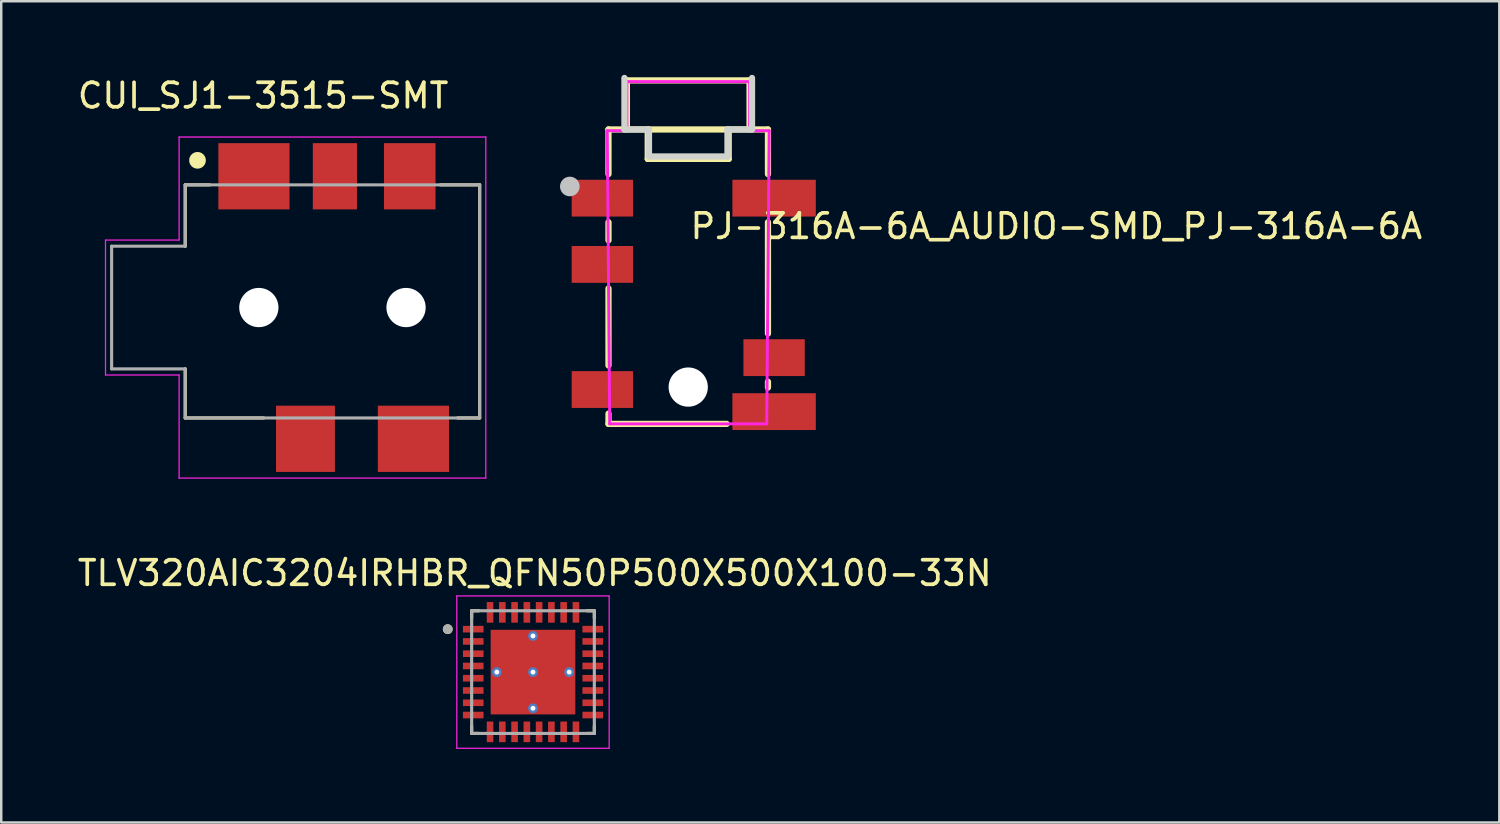
<source format=kicad_pcb>
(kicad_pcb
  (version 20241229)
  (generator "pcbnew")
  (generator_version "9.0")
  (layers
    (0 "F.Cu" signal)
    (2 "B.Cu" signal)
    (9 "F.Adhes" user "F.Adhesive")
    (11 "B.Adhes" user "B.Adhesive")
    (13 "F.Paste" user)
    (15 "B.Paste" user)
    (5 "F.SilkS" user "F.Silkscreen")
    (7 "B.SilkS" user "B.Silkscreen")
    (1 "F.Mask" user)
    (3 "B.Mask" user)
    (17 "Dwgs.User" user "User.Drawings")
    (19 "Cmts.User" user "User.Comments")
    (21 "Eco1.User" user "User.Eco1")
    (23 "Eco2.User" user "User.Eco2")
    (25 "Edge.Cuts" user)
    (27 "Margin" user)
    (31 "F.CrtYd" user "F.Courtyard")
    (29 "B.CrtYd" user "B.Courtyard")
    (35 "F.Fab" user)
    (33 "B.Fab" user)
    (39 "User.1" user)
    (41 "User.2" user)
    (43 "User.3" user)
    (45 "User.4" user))
  (footprint "TLV320AIC3204IRHBR_QFN50P500X500X100-33N"
    (layer "F.Cu")
    (at 18.674 24.344)
    (property "Reference" "TLV320AIC3204IRHBR_QFN50P500X500X100-33N" (at 0.07 -4.035 0) (layer "F.SilkS") (effects (font (size 1 1) (thickness 0.15))))
    (attr smd)
    (fp_line (start -2.5 -2.5) (end -2.5 -2.205) (stroke (width 0.127) (type solid)) (layer "F.SilkS"))
    (fp_line (start -2.5 -2.5) (end -2.205 -2.5) (stroke (width 0.127) (type solid)) (layer "F.SilkS"))
    (fp_line (start -2.5 2.5) (end -2.5 2.205) (stroke (width 0.127) (type solid)) (layer "F.SilkS"))
    (fp_line (start -2.5 2.5) (end -2.205 2.5) (stroke (width 0.127) (type solid)) (layer "F.SilkS"))
    (fp_line (start 2.5 -2.5) (end 2.205 -2.5) (stroke (width 0.127) (type solid)) (layer "F.SilkS"))
    (fp_line (start 2.5 -2.5) (end 2.5 -2.205) (stroke (width 0.127) (type solid)) (layer "F.SilkS"))
    (fp_line (start 2.5 2.5) (end 2.205 2.5) (stroke (width 0.127) (type solid)) (layer "F.SilkS"))
    (fp_line (start 2.5 2.5) (end 2.5 2.205) (stroke (width 0.127) (type solid)) (layer "F.SilkS"))
    (fp_circle (center -3.475 -1.75) (end -3.375 -1.75) (stroke (width 0.2) (type solid)) (fill no) (layer "F.SilkS"))
    (fp_poly (pts (xy -1.09 -1.09) (xy 1.09 -1.09) (xy 1.09 1.09) (xy -1.09 1.09)) (stroke (width 0.01) (type solid)) (fill yes) (layer "F.Paste"))
    (fp_line (start -3.105 -3.105) (end 3.105 -3.105) (stroke (width 0.05) (type solid)) (layer "F.CrtYd"))
    (fp_line (start -3.105 3.105) (end -3.105 -3.105) (stroke (width 0.05) (type solid)) (layer "F.CrtYd"))
    (fp_line (start -3.105 3.105) (end 3.105 3.105) (stroke (width 0.05) (type solid)) (layer "F.CrtYd"))
    (fp_line (start 3.105 3.105) (end 3.105 -3.105) (stroke (width 0.05) (type solid)) (layer "F.CrtYd"))
    (fp_line (start -2.5 2.5) (end -2.5 -2.5) (stroke (width 0.127) (type solid)) (layer "F.Fab"))
    (fp_line (start 2.5 -2.5) (end -2.5 -2.5) (stroke (width 0.127) (type solid)) (layer "F.Fab"))
    (fp_line (start 2.5 2.5) (end -2.5 2.5) (stroke (width 0.127) (type solid)) (layer "F.Fab"))
    (fp_line (start 2.5 2.5) (end 2.5 -2.5) (stroke (width 0.127) (type solid)) (layer "F.Fab"))
    (fp_circle (center -3.475 -1.75) (end -3.375 -1.75) (stroke (width 0.2) (type solid)) (fill no) (layer "F.Fab"))
    (pad "1" smd roundrect (at -2.435 -1.75) (size 0.84 0.27) (layers "F.Cu" "F.Mask" "F.Paste") (roundrect_rratio 0.03))
    (pad "2" smd roundrect (at -2.435 -1.25) (size 0.84 0.27) (layers "F.Cu" "F.Mask" "F.Paste") (roundrect_rratio 0.03))
    (pad "3" smd roundrect (at -2.435 -0.75) (size 0.84 0.27) (layers "F.Cu" "F.Mask" "F.Paste") (roundrect_rratio 0.03))
    (pad "4" smd roundrect (at -2.435 -0.25) (size 0.84 0.27) (layers "F.Cu" "F.Mask" "F.Paste") (roundrect_rratio 0.03))
    (pad "5" smd roundrect (at -2.435 0.25) (size 0.84 0.27) (layers "F.Cu" "F.Mask" "F.Paste") (roundrect_rratio 0.03))
    (pad "6" smd roundrect (at -2.435 0.75) (size 0.84 0.27) (layers "F.Cu" "F.Mask" "F.Paste") (roundrect_rratio 0.03))
    (pad "7" smd roundrect (at -2.435 1.25) (size 0.84 0.27) (layers "F.Cu" "F.Mask" "F.Paste") (roundrect_rratio 0.03))
    (pad "8" smd roundrect (at -2.435 1.75) (size 0.84 0.27) (layers "F.Cu" "F.Mask" "F.Paste") (roundrect_rratio 0.03))
    (pad "9" smd roundrect (at -1.75 2.435 90) (size 0.84 0.27) (layers "F.Cu" "F.Mask" "F.Paste") (roundrect_rratio 0.03))
    (pad "10" smd roundrect (at -1.25 2.435 90) (size 0.84 0.27) (layers "F.Cu" "F.Mask" "F.Paste") (roundrect_rratio 0.03))
    (pad "11" smd roundrect (at -0.75 2.435 90) (size 0.84 0.27) (layers "F.Cu" "F.Mask" "F.Paste") (roundrect_rratio 0.03))
    (pad "12" smd roundrect (at -0.25 2.435 90) (size 0.84 0.27) (layers "F.Cu" "F.Mask" "F.Paste") (roundrect_rratio 0.03))
    (pad "13" smd roundrect (at 0.25 2.435 90) (size 0.84 0.27) (layers "F.Cu" "F.Mask" "F.Paste") (roundrect_rratio 0.03))
    (pad "14" smd roundrect (at 0.75 2.435 90) (size 0.84 0.27) (layers "F.Cu" "F.Mask" "F.Paste") (roundrect_rratio 0.03))
    (pad "15" smd roundrect (at 1.25 2.435 90) (size 0.84 0.27) (layers "F.Cu" "F.Mask" "F.Paste") (roundrect_rratio 0.03))
    (pad "16" smd roundrect (at 1.75 2.435 90) (size 0.84 0.27) (layers "F.Cu" "F.Mask" "F.Paste") (roundrect_rratio 0.03))
    (pad "17" smd roundrect (at 2.435 1.75) (size 0.84 0.27) (layers "F.Cu" "F.Mask" "F.Paste") (roundrect_rratio 0.03))
    (pad "18" smd roundrect (at 2.435 1.25) (size 0.84 0.27) (layers "F.Cu" "F.Mask" "F.Paste") (roundrect_rratio 0.03))
    (pad "19" smd roundrect (at 2.435 0.75) (size 0.84 0.27) (layers "F.Cu" "F.Mask" "F.Paste") (roundrect_rratio 0.03))
    (pad "20" smd roundrect (at 2.435 0.25) (size 0.84 0.27) (layers "F.Cu" "F.Mask" "F.Paste") (roundrect_rratio 0.03))
    (pad "21" smd roundrect (at 2.435 -0.25) (size 0.84 0.27) (layers "F.Cu" "F.Mask" "F.Paste") (roundrect_rratio 0.03))
    (pad "22" smd roundrect (at 2.435 -0.75) (size 0.84 0.27) (layers "F.Cu" "F.Mask" "F.Paste") (roundrect_rratio 0.03))
    (pad "23" smd roundrect (at 2.435 -1.25) (size 0.84 0.27) (layers "F.Cu" "F.Mask" "F.Paste") (roundrect_rratio 0.03))
    (pad "24" smd roundrect (at 2.435 -1.75) (size 0.84 0.27) (layers "F.Cu" "F.Mask" "F.Paste") (roundrect_rratio 0.03))
    (pad "25" smd roundrect (at 1.75 -2.435 90) (size 0.84 0.27) (layers "F.Cu" "F.Mask" "F.Paste") (roundrect_rratio 0.03))
    (pad "26" smd roundrect (at 1.25 -2.435 90) (size 0.84 0.27) (layers "F.Cu" "F.Mask" "F.Paste") (roundrect_rratio 0.03))
    (pad "27" smd roundrect (at 0.75 -2.435 90) (size 0.84 0.27) (layers "F.Cu" "F.Mask" "F.Paste") (roundrect_rratio 0.03))
    (pad "28" smd roundrect (at 0.25 -2.435 90) (size 0.84 0.27) (layers "F.Cu" "F.Mask" "F.Paste") (roundrect_rratio 0.03))
    (pad "29" smd roundrect (at -0.25 -2.435 90) (size 0.84 0.27) (layers "F.Cu" "F.Mask" "F.Paste") (roundrect_rratio 0.03))
    (pad "30" smd roundrect (at -0.75 -2.435 90) (size 0.84 0.27) (layers "F.Cu" "F.Mask" "F.Paste") (roundrect_rratio 0.03))
    (pad "31" smd roundrect (at -1.25 -2.435 90) (size 0.84 0.27) (layers "F.Cu" "F.Mask" "F.Paste") (roundrect_rratio 0.03))
    (pad "32" smd roundrect (at -1.75 -2.435 90) (size 0.84 0.27) (layers "F.Cu" "F.Mask" "F.Paste") (roundrect_rratio 0.03))
    (pad "33" smd rect (at 0 0) (size 3.45 3.45) (layers "F.Cu" "F.Mask"))
    (pad "34" thru_hole circle (at 0 0) (size 0.4 0.4) (drill 0.2) (layers "*.Cu"))
    (pad "35" thru_hole circle (at -1.475 0) (size 0.4 0.4) (drill 0.2) (layers "*.Cu"))
    (pad "36" thru_hole circle (at 0 -1.475) (size 0.4 0.4) (drill 0.2) (layers "*.Cu"))
    (pad "37" thru_hole circle (at 1.475 0) (size 0.4 0.4) (drill 0.2) (layers "*.Cu"))
    (pad "38" thru_hole circle (at 0 1.475) (size 0.4 0.4) (drill 0.2) (layers "*.Cu")))
  (footprint "CUI_SJ1-3515-SMT"
    (layer "F.Cu")
    (at 9 9.485)
    (property "Reference" "CUI_SJ1-3515-SMT" (at -1.325 -8.637 0) (layer "F.SilkS") (effects (font (size 1 1) (thickness 0.15))))
    (attr smd)
    (fp_line (start -4.5 -5) (end -4.5 -2.5) (stroke (width 0.127) (type solid)) (layer "F.SilkS"))
    (fp_line (start -4.5 4.5) (end -4.5 2.5) (stroke (width 0.127) (type solid)) (layer "F.SilkS"))
    (fp_line (start -3.5 -5) (end -4.5 -5) (stroke (width 0.127) (type solid)) (layer "F.SilkS"))
    (fp_line (start -1.3 4.5) (end -4.5 4.5) (stroke (width 0.127) (type solid)) (layer "F.SilkS"))
    (fp_line (start 5.9 -5) (end 7.5 -5) (stroke (width 0.127) (type solid)) (layer "F.SilkS"))
    (fp_line (start 7.5 -5) (end 7.5 4.5) (stroke (width 0.127) (type solid)) (layer "F.SilkS"))
    (fp_line (start 7.5 4.5) (end 6.6 4.5) (stroke (width 0.127) (type solid)) (layer "F.SilkS"))
    (fp_circle (center -4 -6) (end -3.83 -6) (stroke (width 0.34) (type solid)) (fill no) (layer "F.SilkS"))
    (fp_line (start -7.75 -2.75) (end -7.75 2.75) (stroke (width 0.05) (type solid)) (layer "F.CrtYd"))
    (fp_line (start -7.75 2.75) (end -4.75 2.75) (stroke (width 0.05) (type solid)) (layer "F.CrtYd"))
    (fp_line (start -4.75 -6.95) (end -4.75 -2.75) (stroke (width 0.05) (type solid)) (layer "F.CrtYd"))
    (fp_line (start -4.75 -2.75) (end -7.75 -2.75) (stroke (width 0.05) (type solid)) (layer "F.CrtYd"))
    (fp_line (start -4.75 2.75) (end -4.75 6.95) (stroke (width 0.05) (type solid)) (layer "F.CrtYd"))
    (fp_line (start -4.75 6.95) (end 7.75 6.95) (stroke (width 0.05) (type solid)) (layer "F.CrtYd"))
    (fp_line (start 7.75 -6.95) (end -4.75 -6.95) (stroke (width 0.05) (type solid)) (layer "F.CrtYd"))
    (fp_line (start 7.75 6.95) (end 7.75 -6.95) (stroke (width 0.05) (type solid)) (layer "F.CrtYd"))
    (fp_line (start -7.5 -2.5) (end -7.5 2.5) (stroke (width 0.127) (type solid)) (layer "F.Fab"))
    (fp_line (start -7.5 2.5) (end -4.5 2.5) (stroke (width 0.127) (type solid)) (layer "F.Fab"))
    (fp_line (start -4.5 -5) (end -4.5 -2.5) (stroke (width 0.127) (type solid)) (layer "F.Fab"))
    (fp_line (start -4.5 -2.5) (end -7.5 -2.5) (stroke (width 0.127) (type solid)) (layer "F.Fab"))
    (fp_line (start -4.5 2.5) (end -4.5 4.5) (stroke (width 0.127) (type solid)) (layer "F.Fab"))
    (fp_line (start -4.5 4.5) (end 7.5 4.5) (stroke (width 0.127) (type solid)) (layer "F.Fab"))
    (fp_line (start 7.5 -5) (end -4.5 -5) (stroke (width 0.127) (type solid)) (layer "F.Fab"))
    (fp_line (start 7.5 4.5) (end 7.5 -5) (stroke (width 0.127) (type solid)) (layer "F.Fab"))
    (pad "" np_thru_hole circle (at -1.5 0) (size 1.6 1.6) (drill 1.6) (layers "*.Cu" "*.Mask"))
    (pad "" np_thru_hole circle (at 4.5 0) (size 1.6 1.6) (drill 1.6) (layers "*.Cu" "*.Mask"))
    (pad "1" smd rect (at -1.7 -5.35) (size 2.9 2.7) (layers "F.Cu" "F.Mask" "F.Paste"))
    (pad "2" smd rect (at 4.8 5.35) (size 2.9 2.7) (layers "F.Cu" "F.Mask" "F.Paste"))
    (pad "3" smd rect (at 4.65 -5.35) (size 2.1 2.7) (layers "F.Cu" "F.Mask" "F.Paste"))
    (pad "10" smd rect (at 0.4 5.35) (size 2.4 2.7) (layers "F.Cu" "F.Mask" "F.Paste"))
    (pad "11" smd rect (at 1.6 -5.35) (size 1.8 2.7) (layers "F.Cu" "F.Mask" "F.Paste")))
  (footprint "PJ-316A-6A_AUDIO-SMD_PJ-316A-6A"
    (layer "F.Cu")
    (at 25.001 9.377)
    (property "Reference" "PJ-316A-6A_AUDIO-SMD_PJ-316A-6A" (at 0 -3.207 0) (layer "F.SilkS") (effects (font (size 1 1) (thickness 0.15)) (justify left)))
    (attr through_hole)
    (fp_line (start -3.25 -7.15) (end -3.25 -5.331) (stroke (width 0.254) (type solid)) (layer "F.SilkS"))
    (fp_line (start -3.25 -7.15) (end 3.25 -7.15) (stroke (width 0.254) (type solid)) (layer "F.SilkS"))
    (fp_line (start -3.25 -3.369) (end -3.25 -2.631) (stroke (width 0.254) (type solid)) (layer "F.SilkS"))
    (fp_line (start -3.25 -0.669) (end -3.25 2.469) (stroke (width 0.254) (type solid)) (layer "F.SilkS"))
    (fp_line (start -3.25 4.431) (end -3.25 4.85) (stroke (width 0.254) (type solid)) (layer "F.SilkS"))
    (fp_line (start -3.25 4.85) (end 1.569 4.85) (stroke (width 0.254) (type solid)) (layer "F.SilkS"))
    (fp_line (start -2.5 -9.15) (end 2.5 -9.15) (stroke (width 0.254) (type solid)) (layer "F.SilkS"))
    (fp_line (start -2.5 -7.15) (end -2.499 -8.356) (stroke (width 0.254) (type solid)) (layer "F.SilkS"))
    (fp_line (start -2.499 -8.356) (end -2.5 -9.15) (stroke (width 0.254) (type solid)) (layer "F.SilkS"))
    (fp_line (start -1.65 -7.15) (end -1.65 -5.95) (stroke (width 0.254) (type solid)) (layer "F.SilkS"))
    (fp_line (start -1.65 -5.95) (end 1.65 -5.95) (stroke (width 0.254) (type solid)) (layer "F.SilkS"))
    (fp_line (start 1.65 -7.15) (end 1.65 -5.95) (stroke (width 0.254) (type solid)) (layer "F.SilkS"))
    (fp_line (start 2.5 -9.15) (end 2.5 -7.15) (stroke (width 0.254) (type solid)) (layer "F.SilkS"))
    (fp_line (start 3.25 -7.15) (end 3.25 -5.331) (stroke (width 0.254) (type solid)) (layer "F.SilkS"))
    (fp_line (start 3.25 -3.369) (end 3.25 1.169) (stroke (width 0.254) (type solid)) (layer "F.SilkS"))
    (fp_line (start 3.25 3.131) (end 3.25 3.369) (stroke (width 0.254) (type solid)) (layer "F.SilkS"))
    (fp_circle (center -4.826 -4.826) (end -4.626 -4.826) (stroke (width 0.4) (type solid)) (fill no) (layer "Dwgs.User"))
    (fp_circle (center 0 3.35) (end 0.3 3.35) (stroke (width 0.6) (type solid)) (fill no) (layer "Dwgs.User"))
    (fp_circle (center -4.389 -9.1) (end -4.359 -9.1) (stroke (width 0.06) (type solid)) (fill no) (layer "Eco2.User"))
    (fp_poly (pts (xy -4.389 -2.15) (xy -2.611 -2.15) (xy -2.611 -1.15) (xy -4.389 -1.15)) (stroke (width 0.12) (type solid)) (fill no) (layer "Eco2.User"))
    (fp_poly (pts (xy -4.389 2.95) (xy -2.611 2.95) (xy -2.611 3.95) (xy -4.389 3.95)) (stroke (width 0.12) (type solid)) (fill no) (layer "Eco2.User"))
    (fp_poly (pts (xy -2.611 -3.85) (xy -4.389 -3.85) (xy -4.389 -4.85) (xy -2.611 -4.85)) (stroke (width 0.12) (type solid)) (fill no) (layer "Eco2.User"))
    (fp_poly (pts (xy 2.611 -4.85) (xy 4.389 -4.85) (xy 4.389 -3.85) (xy 2.611 -3.85)) (stroke (width 0.12) (type solid)) (fill no) (layer "Eco2.User"))
    (fp_poly (pts (xy 2.611 1.65) (xy 4.389 1.65) (xy 4.389 2.65) (xy 2.611 2.65)) (stroke (width 0.12) (type solid)) (fill no) (layer "Eco2.User"))
    (fp_poly (pts (xy 2.611 3.85) (xy 4.389 3.85) (xy 4.389 4.85) (xy 2.611 4.85)) (stroke (width 0.12) (type solid)) (fill no) (layer "Eco2.User"))
    (fp_line (start -2.6 -7.15) (end -2.6 -9.25) (stroke (width 0.254) (type solid)) (layer "Edge.Cuts"))
    (fp_line (start -1.6 -7.15) (end -2.6 -7.15) (stroke (width 0.254) (type solid)) (layer "Edge.Cuts"))
    (fp_line (start -1.6 -6.05) (end -1.6 -7.15) (stroke (width 0.254) (type solid)) (layer "Edge.Cuts"))
    (fp_line (start -1.6 -6.05) (end 1.6 -6.05) (stroke (width 0.254) (type solid)) (layer "Edge.Cuts"))
    (fp_line (start 1.6 -7.15) (end 2.6 -7.15) (stroke (width 0.254) (type solid)) (layer "Edge.Cuts"))
    (fp_line (start 1.6 -6.05) (end 1.6 -7.15) (stroke (width 0.254) (type solid)) (layer "Edge.Cuts"))
    (fp_line (start 2.6 -7.15) (end 2.6 -9.25) (stroke (width 0.254) (type solid)) (layer "Edge.Cuts"))
    (fp_line (start -3.3 -7.1) (end -2.5 -7.1) (stroke (width 0.12) (type solid)) (layer "F.CrtYd"))
    (fp_line (start -3.2 4.85) (end -3.3 -7.1) (stroke (width 0.12) (type solid)) (layer "F.CrtYd"))
    (fp_line (start -2.5 -9.1) (end 2.5 -9.1) (stroke (width 0.12) (type solid)) (layer "F.CrtYd"))
    (fp_line (start -2.5 -7.1) (end -2.5 -9.1) (stroke (width 0.12) (type solid)) (layer "F.CrtYd"))
    (fp_line (start 2.5 -9.1) (end 2.5 -7.1) (stroke (width 0.12) (type solid)) (layer "F.CrtYd"))
    (fp_line (start 2.5 -7.1) (end 3.3 -7.1) (stroke (width 0.12) (type solid)) (layer "F.CrtYd"))
    (fp_line (start 3.2 4.85) (end -3.2 4.85) (stroke (width 0.12) (type solid)) (layer "F.CrtYd"))
    (fp_line (start 3.3 -7.1) (end 3.2 4.85) (stroke (width 0.12) (type solid)) (layer "F.CrtYd"))
    (pad "" np_thru_hole circle (at 0 3.35) (size 1.6 1.6) (drill 1.6) (layers "*.Cu" "*.Mask"))
    (pad "1" smd rect (at -3.5 -4.35) (size 2.5 1.5) (layers "F.Cu" "F.Mask" "F.Paste"))
    (pad "2" smd rect (at 3.5 2.15) (size 2.5 1.5) (layers "F.Cu" "F.Mask" "F.Paste"))
    (pad "3" smd rect (at -3.5 -1.65) (size 2.5 1.5) (layers "F.Cu" "F.Mask" "F.Paste"))
    (pad "4" smd rect (at 3.5 -4.35) (size 3.4 1.5) (layers "F.Cu" "F.Mask" "F.Paste"))
    (pad "5" smd rect (at 3.5 4.35) (size 3.4 1.5) (layers "F.Cu" "F.Mask" "F.Paste"))
    (pad "6" smd rect (at -3.5 3.45) (size 2.5 1.5) (layers "F.Cu" "F.Mask" "F.Paste")))
  (gr_rect
    (start -3 -3)
    (end 58.06 30.474)
    (stroke (width 0.1) (type default))
    (fill no)
    (layer "Edge.Cuts")))
</source>
